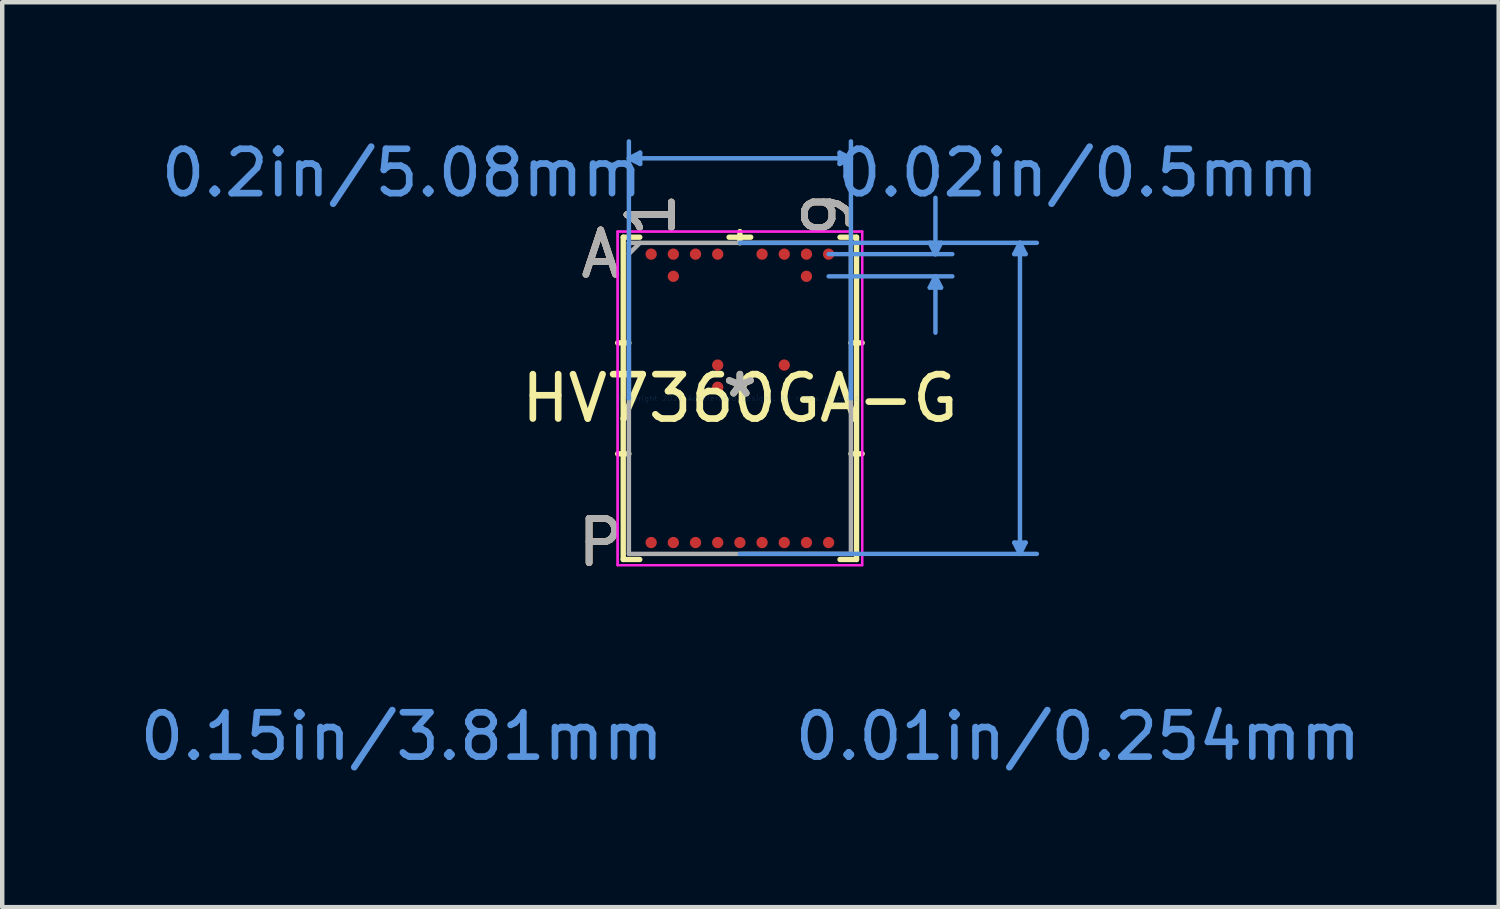
<source format=kicad_pcb>
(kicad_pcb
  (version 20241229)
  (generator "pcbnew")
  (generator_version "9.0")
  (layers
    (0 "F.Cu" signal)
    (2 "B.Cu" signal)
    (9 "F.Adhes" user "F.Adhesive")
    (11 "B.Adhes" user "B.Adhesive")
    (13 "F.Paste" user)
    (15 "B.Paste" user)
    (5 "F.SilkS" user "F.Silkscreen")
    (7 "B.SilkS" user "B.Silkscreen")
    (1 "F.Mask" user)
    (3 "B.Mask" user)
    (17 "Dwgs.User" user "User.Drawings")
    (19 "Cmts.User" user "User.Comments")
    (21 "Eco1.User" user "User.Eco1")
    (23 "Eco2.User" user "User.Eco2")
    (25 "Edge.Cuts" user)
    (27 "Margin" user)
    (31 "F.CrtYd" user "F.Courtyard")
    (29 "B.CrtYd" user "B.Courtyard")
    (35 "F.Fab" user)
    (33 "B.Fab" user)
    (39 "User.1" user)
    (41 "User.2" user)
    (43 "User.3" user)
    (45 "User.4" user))
  (footprint "HV7360GA-G"
    (layer "F.Cu")
    (at 13.626 5.928)
    (property "Reference" "HV7360GA-G" (at 0 0 0) (layer "F.SilkS") (effects (font (size 1 1) (thickness 0.15))))
    (attr through_hole)
    (fp_line (start -2.629 -3.632) (end -2.629 3.632) (stroke (width 0.12) (type solid)) (layer "F.SilkS"))
    (fp_line (start -2.629 3.632) (end -2.256 3.632) (stroke (width 0.12) (type solid)) (layer "F.SilkS"))
    (fp_line (start -2.502 -1.25) (end -2.756 -1.25) (stroke (width 0.12) (type solid)) (layer "F.SilkS"))
    (fp_line (start -2.502 1.25) (end -2.756 1.25) (stroke (width 0.12) (type solid)) (layer "F.SilkS"))
    (fp_line (start -2.256 -3.632) (end -2.629 -3.632) (stroke (width 0.12) (type solid)) (layer "F.SilkS"))
    (fp_line (start 0 -3.505) (end 0 -3.759) (stroke (width 0.12) (type solid)) (layer "F.SilkS"))
    (fp_line (start 0.244 -3.632) (end -0.244 -3.632) (stroke (width 0.12) (type solid)) (layer "F.SilkS"))
    (fp_line (start 2.256 3.632) (end 2.629 3.632) (stroke (width 0.12) (type solid)) (layer "F.SilkS"))
    (fp_line (start 2.502 -1.25) (end 2.756 -1.25) (stroke (width 0.12) (type solid)) (layer "F.SilkS"))
    (fp_line (start 2.502 1.25) (end 2.756 1.25) (stroke (width 0.12) (type solid)) (layer "F.SilkS"))
    (fp_line (start 2.629 -3.632) (end 2.256 -3.632) (stroke (width 0.12) (type solid)) (layer "F.SilkS"))
    (fp_line (start 2.629 3.632) (end 2.629 -3.632) (stroke (width 0.12) (type solid)) (layer "F.SilkS"))
    (fp_line (start -2.502 -5.41) (end -2.248 -5.537) (stroke (width 0.1) (type solid)) (layer "Cmts.User"))
    (fp_line (start -2.502 -5.41) (end -2.248 -5.283) (stroke (width 0.1) (type solid)) (layer "Cmts.User"))
    (fp_line (start -2.502 -5.41) (end 2.502 -5.41) (stroke (width 0.1) (type solid)) (layer "Cmts.User"))
    (fp_line (start -2.502 0) (end -2.502 -5.791) (stroke (width 0.1) (type solid)) (layer "Cmts.User"))
    (fp_line (start -2.248 -5.537) (end -2.248 -5.283) (stroke (width 0.1) (type solid)) (layer "Cmts.User"))
    (fp_line (start 0 -3.505) (end 6.693 -3.505) (stroke (width 0.1) (type solid)) (layer "Cmts.User"))
    (fp_line (start 0 3.505) (end 6.693 3.505) (stroke (width 0.1) (type solid)) (layer "Cmts.User"))
    (fp_line (start 2 -3.25) (end 4.788 -3.25) (stroke (width 0.1) (type solid)) (layer "Cmts.User"))
    (fp_line (start 2 -2.75) (end 4.788 -2.75) (stroke (width 0.1) (type solid)) (layer "Cmts.User"))
    (fp_line (start 2.248 -5.537) (end 2.248 -5.283) (stroke (width 0.1) (type solid)) (layer "Cmts.User"))
    (fp_line (start 2.502 -5.41) (end 2.248 -5.537) (stroke (width 0.1) (type solid)) (layer "Cmts.User"))
    (fp_line (start 2.502 -5.41) (end 2.248 -5.283) (stroke (width 0.1) (type solid)) (layer "Cmts.User"))
    (fp_line (start 2.502 0) (end 2.502 -5.791) (stroke (width 0.1) (type solid)) (layer "Cmts.User"))
    (fp_line (start 4.28 -3.504) (end 4.534 -3.504) (stroke (width 0.1) (type solid)) (layer "Cmts.User"))
    (fp_line (start 4.28 -2.496) (end 4.534 -2.496) (stroke (width 0.1) (type solid)) (layer "Cmts.User"))
    (fp_line (start 4.407 -3.25) (end 4.28 -3.504) (stroke (width 0.1) (type solid)) (layer "Cmts.User"))
    (fp_line (start 4.407 -3.25) (end 4.407 -4.52) (stroke (width 0.1) (type solid)) (layer "Cmts.User"))
    (fp_line (start 4.407 -3.25) (end 4.534 -3.504) (stroke (width 0.1) (type solid)) (layer "Cmts.User"))
    (fp_line (start 4.407 -2.75) (end 4.28 -2.496) (stroke (width 0.1) (type solid)) (layer "Cmts.User"))
    (fp_line (start 4.407 -2.75) (end 4.407 -1.48) (stroke (width 0.1) (type solid)) (layer "Cmts.User"))
    (fp_line (start 4.407 -2.75) (end 4.534 -2.496) (stroke (width 0.1) (type solid)) (layer "Cmts.User"))
    (fp_line (start 6.185 -3.251) (end 6.439 -3.251) (stroke (width 0.1) (type solid)) (layer "Cmts.User"))
    (fp_line (start 6.185 3.251) (end 6.439 3.251) (stroke (width 0.1) (type solid)) (layer "Cmts.User"))
    (fp_line (start 6.312 -3.505) (end 6.185 -3.251) (stroke (width 0.1) (type solid)) (layer "Cmts.User"))
    (fp_line (start 6.312 -3.505) (end 6.312 3.505) (stroke (width 0.1) (type solid)) (layer "Cmts.User"))
    (fp_line (start 6.312 -3.505) (end 6.439 -3.251) (stroke (width 0.1) (type solid)) (layer "Cmts.User"))
    (fp_line (start 6.312 3.505) (end 6.185 3.251) (stroke (width 0.1) (type solid)) (layer "Cmts.User"))
    (fp_line (start 6.312 3.505) (end 6.439 3.251) (stroke (width 0.1) (type solid)) (layer "Cmts.User"))
    (fp_line (start -2.756 -3.759) (end 2.756 -3.759) (stroke (width 0.05) (type solid)) (layer "F.CrtYd"))
    (fp_line (start -2.756 -3.759) (end 2.756 -3.759) (stroke (width 0.05) (type solid)) (layer "F.CrtYd"))
    (fp_line (start -2.756 3.759) (end -2.756 -3.759) (stroke (width 0.05) (type solid)) (layer "F.CrtYd"))
    (fp_line (start -2.756 3.759) (end -2.756 -3.759) (stroke (width 0.05) (type solid)) (layer "F.CrtYd"))
    (fp_line (start 2.756 -3.759) (end 2.756 3.759) (stroke (width 0.05) (type solid)) (layer "F.CrtYd"))
    (fp_line (start 2.756 -3.759) (end 2.756 3.759) (stroke (width 0.05) (type solid)) (layer "F.CrtYd"))
    (fp_line (start 2.756 3.759) (end -2.756 3.759) (stroke (width 0.05) (type solid)) (layer "F.CrtYd"))
    (fp_line (start 2.756 3.759) (end -2.756 3.759) (stroke (width 0.05) (type solid)) (layer "F.CrtYd"))
    (fp_line (start -2.502 -3.505) (end -2.502 3.505) (stroke (width 0.1) (type solid)) (layer "F.Fab"))
    (fp_line (start -2.502 3.505) (end 2.502 3.505) (stroke (width 0.1) (type solid)) (layer "F.Fab"))
    (fp_line (start -2.252 -3.505) (end -2.502 -3.255) (stroke (width 0.1) (type solid)) (layer "F.Fab"))
    (fp_line (start 2.502 -3.505) (end -2.502 -3.505) (stroke (width 0.1) (type solid)) (layer "F.Fab"))
    (fp_line (start 2.502 3.505) (end 2.502 -3.505) (stroke (width 0.1) (type solid)) (layer "F.Fab"))
    (fp_text user "P" (at -3.137 3.25 0) (layer "F.SilkS") (effects (font (size 1 1) (thickness 0.15))))
    (fp_text user "A" (at -3.137 -3.25 0) (layer "F.SilkS") (effects (font (size 1 1) (thickness 0.15))))
    (fp_text user "1" (at -2 -4.14 90) (layer "F.SilkS") (effects (font (size 1 1) (thickness 0.15))))
    (fp_text user "*" (at 0 0 0) (layer "F.SilkS") (effects (font (size 1 1) (thickness 0.15))))
    (fp_text user "9" (at 2 -4.14 90) (layer "F.SilkS") (effects (font (size 1 1) (thickness 0.15))))
    (fp_text user "1" (at -2 -4.14 90) (layer "B.SilkS") (effects (font (size 1 1) (thickness 0.15))))
    (fp_text user "9" (at 2 -4.14 90) (layer "B.SilkS") (effects (font (size 1 1) (thickness 0.15))))
    (fp_text user "A" (at -3.137 -3.25 0) (layer "B.SilkS") (effects (font (size 1 1) (thickness 0.15))))
    (fp_text user "P" (at -3.137 3.25 0) (layer "B.SilkS") (effects (font (size 1 1) (thickness 0.15))))
    (fp_text user "Copyright 2021 Accelerated Designs. All rights reserved." (at 0 0 0) (layer "Cmts.User") (effects (font (size 0.127 0.127) (thickness 0.002))))
    (fp_text user "0.15in/3.81mm" (at -7.62 7.62 0) (layer "Cmts.User") (effects (font (size 1 1) (thickness 0.15))))
    (fp_text user "0.02in/0.5mm" (at 7.62 -5.08 0) (layer "Cmts.User") (effects (font (size 1 1) (thickness 0.15))))
    (fp_text user "0.2in/5.08mm" (at -7.62 -5.08 0) (layer "Cmts.User") (effects (font (size 1 1) (thickness 0.15))))
    (fp_text user "0.01in/0.254mm" (at 7.62 7.62 0) (layer "Cmts.User") (effects (font (size 1 1) (thickness 0.15))))
    (fp_text user "P" (at -3.137 3.25 0) (layer "F.Fab") (effects (font (size 1 1) (thickness 0.15))))
    (fp_text user "*" (at 0 0 0) (layer "F.Fab") (effects (font (size 1 1) (thickness 0.15))))
    (fp_text user "9" (at 2 -4.14 90) (layer "F.Fab") (effects (font (size 1 1) (thickness 0.15))))
    (fp_text user "1" (at -2 -4.14 90) (layer "F.Fab") (effects (font (size 1 1) (thickness 0.15))))
    (fp_text user "A" (at -3.137 -3.25 0) (layer "F.Fab") (effects (font (size 1 1) (thickness 0.15))))
    (pad "A1" smd circle (at -2 -3.25) (size 0.254 0.254) (layers "F.Cu" "F.Mask" "F.Paste"))
    (pad "A2" smd circle (at -1.5 -3.25) (size 0.254 0.254) (layers "F.Cu" "F.Mask" "F.Paste"))
    (pad "A3" smd circle (at -1 -3.25) (size 0.254 0.254) (layers "F.Cu" "F.Mask" "F.Paste"))
    (pad "A4" smd circle (at -0.5 -3.25) (size 0.254 0.254) (layers "F.Cu" "F.Mask" "F.Paste"))
    (pad "A6" smd circle (at 0.5 -3.25) (size 0.254 0.254) (layers "F.Cu" "F.Mask" "F.Paste"))
    (pad "A7" smd circle (at 1 -3.25) (size 0.254 0.254) (layers "F.Cu" "F.Mask" "F.Paste"))
    (pad "A8" smd circle (at 1.5 -3.25) (size 0.254 0.254) (layers "F.Cu" "F.Mask" "F.Paste"))
    (pad "A9" smd circle (at 2 -3.25) (size 0.254 0.254) (layers "F.Cu" "F.Mask" "F.Paste"))
    (pad "B2" smd circle (at -1.5 -2.75) (size 0.254 0.254) (layers "F.Cu" "F.Mask" "F.Paste"))
    (pad "B8" smd circle (at 1.5 -2.75) (size 0.254 0.254) (layers "F.Cu" "F.Mask" "F.Paste"))
    (pad "F4" smd circle (at -0.5 -0.75) (size 0.254 0.254) (layers "F.Cu" "F.Mask" "F.Paste"))
    (pad "F7" smd circle (at 1 -0.75) (size 0.254 0.254) (layers "F.Cu" "F.Mask" "F.Paste"))
    (pad "G4" smd circle (at -0.5 -0.25) (size 0.254 0.254) (layers "F.Cu" "F.Mask" "F.Paste"))
    (pad "P1" smd circle (at -2 3.25) (size 0.254 0.254) (layers "F.Cu" "F.Mask" "F.Paste"))
    (pad "P2" smd circle (at -1.5 3.25) (size 0.254 0.254) (layers "F.Cu" "F.Mask" "F.Paste"))
    (pad "P3" smd circle (at -1 3.25) (size 0.254 0.254) (layers "F.Cu" "F.Mask" "F.Paste"))
    (pad "P4" smd circle (at -0.5 3.25) (size 0.254 0.254) (layers "F.Cu" "F.Mask" "F.Paste"))
    (pad "P5" smd circle (at 0 3.25) (size 0.254 0.254) (layers "F.Cu" "F.Mask" "F.Paste"))
    (pad "P6" smd circle (at 0.5 3.25) (size 0.254 0.254) (layers "F.Cu" "F.Mask" "F.Paste"))
    (pad "P7" smd circle (at 1 3.25) (size 0.254 0.254) (layers "F.Cu" "F.Mask" "F.Paste"))
    (pad "P8" smd circle (at 1.5 3.25) (size 0.254 0.254) (layers "F.Cu" "F.Mask" "F.Paste"))
    (pad "P9" smd circle (at 2 3.25) (size 0.254 0.254) (layers "F.Cu" "F.Mask" "F.Paste")))
  (gr_rect
    (start -3 -3)
    (end 30.728 17.396)
    (stroke (width 0.1) (type default))
    (fill no)
    (layer "Edge.Cuts")))
</source>
